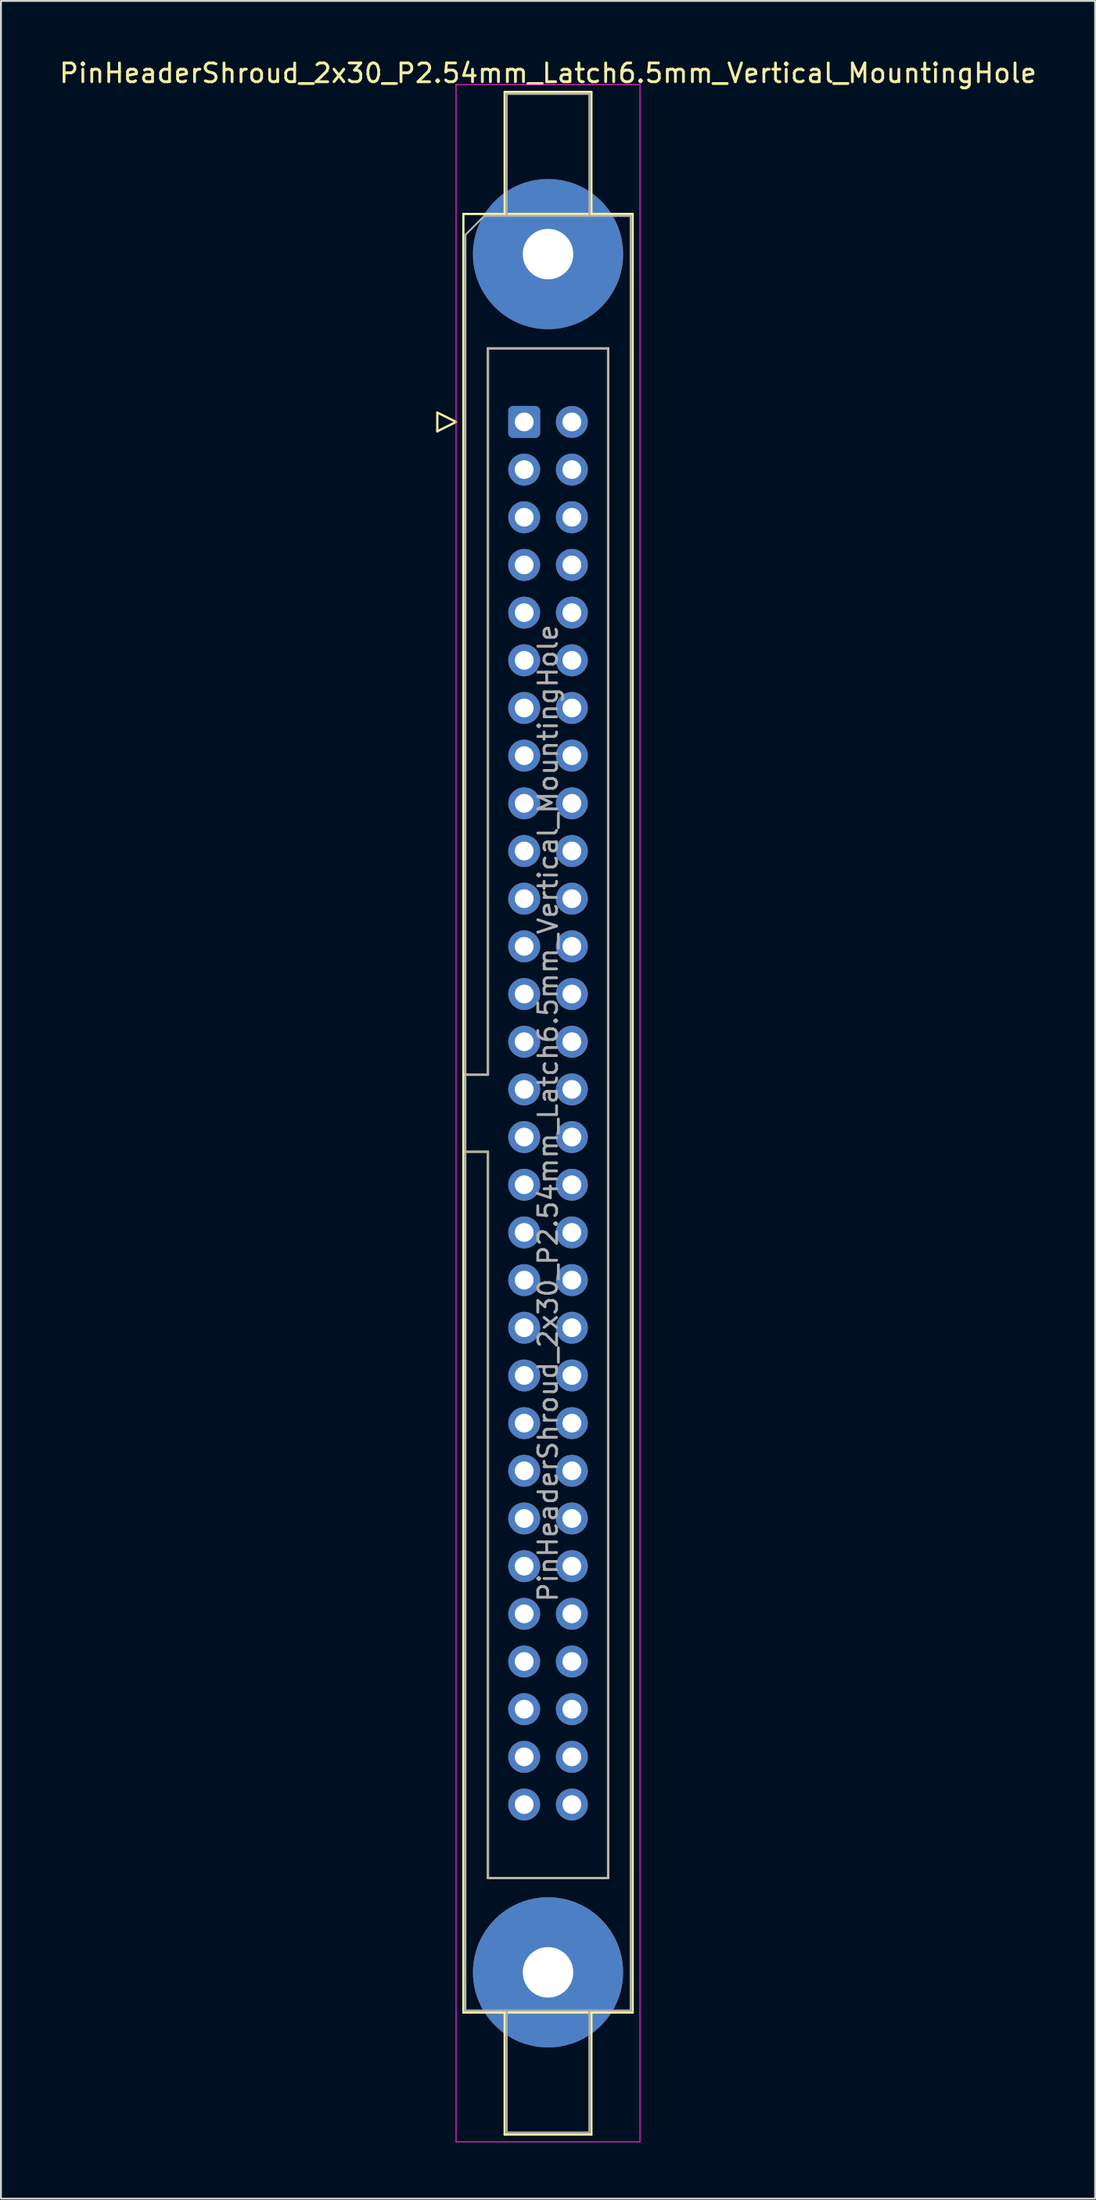
<source format=kicad_pcb>
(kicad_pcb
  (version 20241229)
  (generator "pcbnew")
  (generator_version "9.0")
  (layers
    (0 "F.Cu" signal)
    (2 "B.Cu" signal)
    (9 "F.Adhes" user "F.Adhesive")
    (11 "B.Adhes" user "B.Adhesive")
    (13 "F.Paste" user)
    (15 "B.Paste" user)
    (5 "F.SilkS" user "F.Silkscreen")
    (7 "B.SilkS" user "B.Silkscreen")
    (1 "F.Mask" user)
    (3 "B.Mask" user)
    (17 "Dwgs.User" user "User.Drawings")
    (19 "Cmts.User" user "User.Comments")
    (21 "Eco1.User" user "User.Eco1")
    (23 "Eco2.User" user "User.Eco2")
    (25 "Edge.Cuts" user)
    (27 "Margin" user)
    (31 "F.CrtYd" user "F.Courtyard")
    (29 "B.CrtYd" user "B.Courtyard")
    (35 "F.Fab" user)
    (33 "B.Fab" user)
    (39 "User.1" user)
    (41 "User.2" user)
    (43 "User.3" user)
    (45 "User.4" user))
  (footprint "PinHeaderShroud_2x30_P2.54mm_Latch6.5mm_Vertical_MountingHole"
    (layer "F.Cu")
    (at 24.879 19.428)
    (property "Reference" "PinHeaderShroud_2x30_P2.54mm_Latch6.5mm_Vertical_MountingHole" (at 1.27 -18.58 0) (layer "F.SilkS") (effects (font (size 1 1) (thickness 0.15))))
    (attr through_hole)
    (fp_line (start -4.63 -0.5) (end -4.63 0.5) (stroke (width 0.12) (type solid)) (layer "F.SilkS"))
    (fp_line (start -4.63 0.5) (end -3.63 0) (stroke (width 0.12) (type solid)) (layer "F.SilkS"))
    (fp_line (start -3.63 0) (end -4.63 -0.5) (stroke (width 0.12) (type solid)) (layer "F.SilkS"))
    (fp_line (start -3.24 -11.08) (end 5.78 -11.08) (stroke (width 0.12) (type solid)) (layer "F.SilkS"))
    (fp_line (start -3.24 34.78) (end -1.93 34.78) (stroke (width 0.12) (type solid)) (layer "F.SilkS"))
    (fp_line (start -3.24 38.88) (end -1.93 38.88) (stroke (width 0.12) (type solid)) (layer "F.SilkS"))
    (fp_line (start -3.24 84.74) (end -3.24 -11.08) (stroke (width 0.12) (type solid)) (layer "F.SilkS"))
    (fp_line (start -1.93 -3.92) (end 4.47 -3.92) (stroke (width 0.12) (type solid)) (layer "F.SilkS"))
    (fp_line (start -1.93 34.78) (end -1.93 -3.92) (stroke (width 0.12) (type solid)) (layer "F.SilkS"))
    (fp_line (start -1.93 77.58) (end -1.93 38.88) (stroke (width 0.12) (type solid)) (layer "F.SilkS"))
    (fp_line (start -1.04 -17.58) (end 3.58 -17.58) (stroke (width 0.12) (type solid)) (layer "F.SilkS"))
    (fp_line (start -1.04 -11.08) (end -1.04 -17.58) (stroke (width 0.12) (type solid)) (layer "F.SilkS"))
    (fp_line (start -1.04 84.74) (end -1.04 91.24) (stroke (width 0.12) (type solid)) (layer "F.SilkS"))
    (fp_line (start -1.04 91.24) (end 3.58 91.24) (stroke (width 0.12) (type solid)) (layer "F.SilkS"))
    (fp_line (start 3.58 -17.58) (end 3.58 -11.08) (stroke (width 0.12) (type solid)) (layer "F.SilkS"))
    (fp_line (start 3.58 91.24) (end 3.58 84.74) (stroke (width 0.12) (type solid)) (layer "F.SilkS"))
    (fp_line (start 4.47 -3.92) (end 4.47 77.58) (stroke (width 0.12) (type solid)) (layer "F.SilkS"))
    (fp_line (start 4.47 77.58) (end -1.93 77.58) (stroke (width 0.12) (type solid)) (layer "F.SilkS"))
    (fp_line (start 5.78 -11.08) (end 5.78 84.74) (stroke (width 0.12) (type solid)) (layer "F.SilkS"))
    (fp_line (start 5.78 84.74) (end -3.24 84.74) (stroke (width 0.12) (type solid)) (layer "F.SilkS"))
    (fp_line (start -3.63 -17.97) (end -3.63 91.63) (stroke (width 0.05) (type solid)) (layer "F.CrtYd"))
    (fp_line (start -3.63 91.63) (end 6.17 91.63) (stroke (width 0.05) (type solid)) (layer "F.CrtYd"))
    (fp_line (start 6.17 -17.97) (end -3.63 -17.97) (stroke (width 0.05) (type solid)) (layer "F.CrtYd"))
    (fp_line (start 6.17 91.63) (end 6.17 -17.97) (stroke (width 0.05) (type solid)) (layer "F.CrtYd"))
    (fp_line (start -3.13 -9.97) (end -2.13 -10.97) (stroke (width 0.1) (type solid)) (layer "F.Fab"))
    (fp_line (start -3.13 34.78) (end -1.93 34.78) (stroke (width 0.1) (type solid)) (layer "F.Fab"))
    (fp_line (start -3.13 38.88) (end -1.93 38.88) (stroke (width 0.1) (type solid)) (layer "F.Fab"))
    (fp_line (start -3.13 84.63) (end -3.13 -9.97) (stroke (width 0.1) (type solid)) (layer "F.Fab"))
    (fp_line (start -2.13 -10.97) (end 5.67 -10.97) (stroke (width 0.1) (type solid)) (layer "F.Fab"))
    (fp_line (start -1.93 -3.92) (end 4.47 -3.92) (stroke (width 0.1) (type solid)) (layer "F.Fab"))
    (fp_line (start -1.93 34.78) (end -1.93 -3.92) (stroke (width 0.1) (type solid)) (layer "F.Fab"))
    (fp_line (start -1.93 77.58) (end -1.93 38.88) (stroke (width 0.1) (type solid)) (layer "F.Fab"))
    (fp_line (start -0.93 -17.47) (end 3.47 -17.47) (stroke (width 0.1) (type solid)) (layer "F.Fab"))
    (fp_line (start -0.93 -10.97) (end -0.93 -17.47) (stroke (width 0.1) (type solid)) (layer "F.Fab"))
    (fp_line (start -0.93 84.63) (end -0.93 91.13) (stroke (width 0.1) (type solid)) (layer "F.Fab"))
    (fp_line (start -0.93 91.13) (end 3.47 91.13) (stroke (width 0.1) (type solid)) (layer "F.Fab"))
    (fp_line (start 3.47 -17.47) (end 3.47 -10.97) (stroke (width 0.1) (type solid)) (layer "F.Fab"))
    (fp_line (start 3.47 91.13) (end 3.47 84.63) (stroke (width 0.1) (type solid)) (layer "F.Fab"))
    (fp_line (start 4.47 -3.92) (end 4.47 77.58) (stroke (width 0.1) (type solid)) (layer "F.Fab"))
    (fp_line (start 4.47 77.58) (end -1.93 77.58) (stroke (width 0.1) (type solid)) (layer "F.Fab"))
    (fp_line (start 5.67 -10.97) (end 5.67 84.63) (stroke (width 0.1) (type solid)) (layer "F.Fab"))
    (fp_line (start 5.67 84.63) (end -3.13 84.63) (stroke (width 0.1) (type solid)) (layer "F.Fab"))
    (fp_text user "${REFERENCE}" (at 1.27 36.83 90) (layer "F.Fab") (effects (font (size 1 1) (thickness 0.15))))
    (pad "" thru_hole circle (at 1.27 -8.94) (size 8 8) (drill 2.69) (layers "*.Cu" "*.Mask"))
    (pad "" thru_hole circle (at 1.27 82.6) (size 8 8) (drill 2.69) (layers "*.Cu" "*.Mask"))
    (pad "1" thru_hole roundrect (at 0 0) (size 1.7 1.7) (drill 1) (layers "*.Cu" "*.Mask") (roundrect_rratio 0.147))
    (pad "2" thru_hole circle (at 2.54 0) (size 1.7 1.7) (drill 1) (layers "*.Cu" "*.Mask"))
    (pad "3" thru_hole circle (at 0 2.54) (size 1.7 1.7) (drill 1) (layers "*.Cu" "*.Mask"))
    (pad "4" thru_hole circle (at 2.54 2.54) (size 1.7 1.7) (drill 1) (layers "*.Cu" "*.Mask"))
    (pad "5" thru_hole circle (at 0 5.08) (size 1.7 1.7) (drill 1) (layers "*.Cu" "*.Mask"))
    (pad "6" thru_hole circle (at 2.54 5.08) (size 1.7 1.7) (drill 1) (layers "*.Cu" "*.Mask"))
    (pad "7" thru_hole circle (at 0 7.62) (size 1.7 1.7) (drill 1) (layers "*.Cu" "*.Mask"))
    (pad "8" thru_hole circle (at 2.54 7.62) (size 1.7 1.7) (drill 1) (layers "*.Cu" "*.Mask"))
    (pad "9" thru_hole circle (at 0 10.16) (size 1.7 1.7) (drill 1) (layers "*.Cu" "*.Mask"))
    (pad "10" thru_hole circle (at 2.54 10.16) (size 1.7 1.7) (drill 1) (layers "*.Cu" "*.Mask"))
    (pad "11" thru_hole circle (at 0 12.7) (size 1.7 1.7) (drill 1) (layers "*.Cu" "*.Mask"))
    (pad "12" thru_hole circle (at 2.54 12.7) (size 1.7 1.7) (drill 1) (layers "*.Cu" "*.Mask"))
    (pad "13" thru_hole circle (at 0 15.24) (size 1.7 1.7) (drill 1) (layers "*.Cu" "*.Mask"))
    (pad "14" thru_hole circle (at 2.54 15.24) (size 1.7 1.7) (drill 1) (layers "*.Cu" "*.Mask"))
    (pad "15" thru_hole circle (at 0 17.78) (size 1.7 1.7) (drill 1) (layers "*.Cu" "*.Mask"))
    (pad "16" thru_hole circle (at 2.54 17.78) (size 1.7 1.7) (drill 1) (layers "*.Cu" "*.Mask"))
    (pad "17" thru_hole circle (at 0 20.32) (size 1.7 1.7) (drill 1) (layers "*.Cu" "*.Mask"))
    (pad "18" thru_hole circle (at 2.54 20.32) (size 1.7 1.7) (drill 1) (layers "*.Cu" "*.Mask"))
    (pad "19" thru_hole circle (at 0 22.86) (size 1.7 1.7) (drill 1) (layers "*.Cu" "*.Mask"))
    (pad "20" thru_hole circle (at 2.54 22.86) (size 1.7 1.7) (drill 1) (layers "*.Cu" "*.Mask"))
    (pad "21" thru_hole circle (at 0 25.4) (size 1.7 1.7) (drill 1) (layers "*.Cu" "*.Mask"))
    (pad "22" thru_hole circle (at 2.54 25.4) (size 1.7 1.7) (drill 1) (layers "*.Cu" "*.Mask"))
    (pad "23" thru_hole circle (at 0 27.94) (size 1.7 1.7) (drill 1) (layers "*.Cu" "*.Mask"))
    (pad "24" thru_hole circle (at 2.54 27.94) (size 1.7 1.7) (drill 1) (layers "*.Cu" "*.Mask"))
    (pad "25" thru_hole circle (at 0 30.48) (size 1.7 1.7) (drill 1) (layers "*.Cu" "*.Mask"))
    (pad "26" thru_hole circle (at 2.54 30.48) (size 1.7 1.7) (drill 1) (layers "*.Cu" "*.Mask"))
    (pad "27" thru_hole circle (at 0 33.02) (size 1.7 1.7) (drill 1) (layers "*.Cu" "*.Mask"))
    (pad "28" thru_hole circle (at 2.54 33.02) (size 1.7 1.7) (drill 1) (layers "*.Cu" "*.Mask"))
    (pad "29" thru_hole circle (at 0 35.56) (size 1.7 1.7) (drill 1) (layers "*.Cu" "*.Mask"))
    (pad "30" thru_hole circle (at 2.54 35.56) (size 1.7 1.7) (drill 1) (layers "*.Cu" "*.Mask"))
    (pad "31" thru_hole circle (at 0 38.1) (size 1.7 1.7) (drill 1) (layers "*.Cu" "*.Mask"))
    (pad "32" thru_hole circle (at 2.54 38.1) (size 1.7 1.7) (drill 1) (layers "*.Cu" "*.Mask"))
    (pad "33" thru_hole circle (at 0 40.64) (size 1.7 1.7) (drill 1) (layers "*.Cu" "*.Mask"))
    (pad "34" thru_hole circle (at 2.54 40.64) (size 1.7 1.7) (drill 1) (layers "*.Cu" "*.Mask"))
    (pad "35" thru_hole circle (at 0 43.18) (size 1.7 1.7) (drill 1) (layers "*.Cu" "*.Mask"))
    (pad "36" thru_hole circle (at 2.54 43.18) (size 1.7 1.7) (drill 1) (layers "*.Cu" "*.Mask"))
    (pad "37" thru_hole circle (at 0 45.72) (size 1.7 1.7) (drill 1) (layers "*.Cu" "*.Mask"))
    (pad "38" thru_hole circle (at 2.54 45.72) (size 1.7 1.7) (drill 1) (layers "*.Cu" "*.Mask"))
    (pad "39" thru_hole circle (at 0 48.26) (size 1.7 1.7) (drill 1) (layers "*.Cu" "*.Mask"))
    (pad "40" thru_hole circle (at 2.54 48.26) (size 1.7 1.7) (drill 1) (layers "*.Cu" "*.Mask"))
    (pad "41" thru_hole circle (at 0 50.8) (size 1.7 1.7) (drill 1) (layers "*.Cu" "*.Mask"))
    (pad "42" thru_hole circle (at 2.54 50.8) (size 1.7 1.7) (drill 1) (layers "*.Cu" "*.Mask"))
    (pad "43" thru_hole circle (at 0 53.34) (size 1.7 1.7) (drill 1) (layers "*.Cu" "*.Mask"))
    (pad "44" thru_hole circle (at 2.54 53.34) (size 1.7 1.7) (drill 1) (layers "*.Cu" "*.Mask"))
    (pad "45" thru_hole circle (at 0 55.88) (size 1.7 1.7) (drill 1) (layers "*.Cu" "*.Mask"))
    (pad "46" thru_hole circle (at 2.54 55.88) (size 1.7 1.7) (drill 1) (layers "*.Cu" "*.Mask"))
    (pad "47" thru_hole circle (at 0 58.42) (size 1.7 1.7) (drill 1) (layers "*.Cu" "*.Mask"))
    (pad "48" thru_hole circle (at 2.54 58.42) (size 1.7 1.7) (drill 1) (layers "*.Cu" "*.Mask"))
    (pad "49" thru_hole circle (at 0 60.96) (size 1.7 1.7) (drill 1) (layers "*.Cu" "*.Mask"))
    (pad "50" thru_hole circle (at 2.54 60.96) (size 1.7 1.7) (drill 1) (layers "*.Cu" "*.Mask"))
    (pad "51" thru_hole circle (at 0 63.5) (size 1.7 1.7) (drill 1) (layers "*.Cu" "*.Mask"))
    (pad "52" thru_hole circle (at 2.54 63.5) (size 1.7 1.7) (drill 1) (layers "*.Cu" "*.Mask"))
    (pad "53" thru_hole circle (at 0 66.04) (size 1.7 1.7) (drill 1) (layers "*.Cu" "*.Mask"))
    (pad "54" thru_hole circle (at 2.54 66.04) (size 1.7 1.7) (drill 1) (layers "*.Cu" "*.Mask"))
    (pad "55" thru_hole circle (at 0 68.58) (size 1.7 1.7) (drill 1) (layers "*.Cu" "*.Mask"))
    (pad "56" thru_hole circle (at 2.54 68.58) (size 1.7 1.7) (drill 1) (layers "*.Cu" "*.Mask"))
    (pad "57" thru_hole circle (at 0 71.12) (size 1.7 1.7) (drill 1) (layers "*.Cu" "*.Mask"))
    (pad "58" thru_hole circle (at 2.54 71.12) (size 1.7 1.7) (drill 1) (layers "*.Cu" "*.Mask"))
    (pad "59" thru_hole circle (at 0 73.66) (size 1.7 1.7) (drill 1) (layers "*.Cu" "*.Mask"))
    (pad "60" thru_hole circle (at 2.54 73.66) (size 1.7 1.7) (drill 1) (layers "*.Cu" "*.Mask")))
  (gr_rect
    (start -3 -3)
    (end 55.298 114.083)
    (stroke (width 0.1) (type default))
    (fill no)
    (layer "Edge.Cuts")))
</source>
